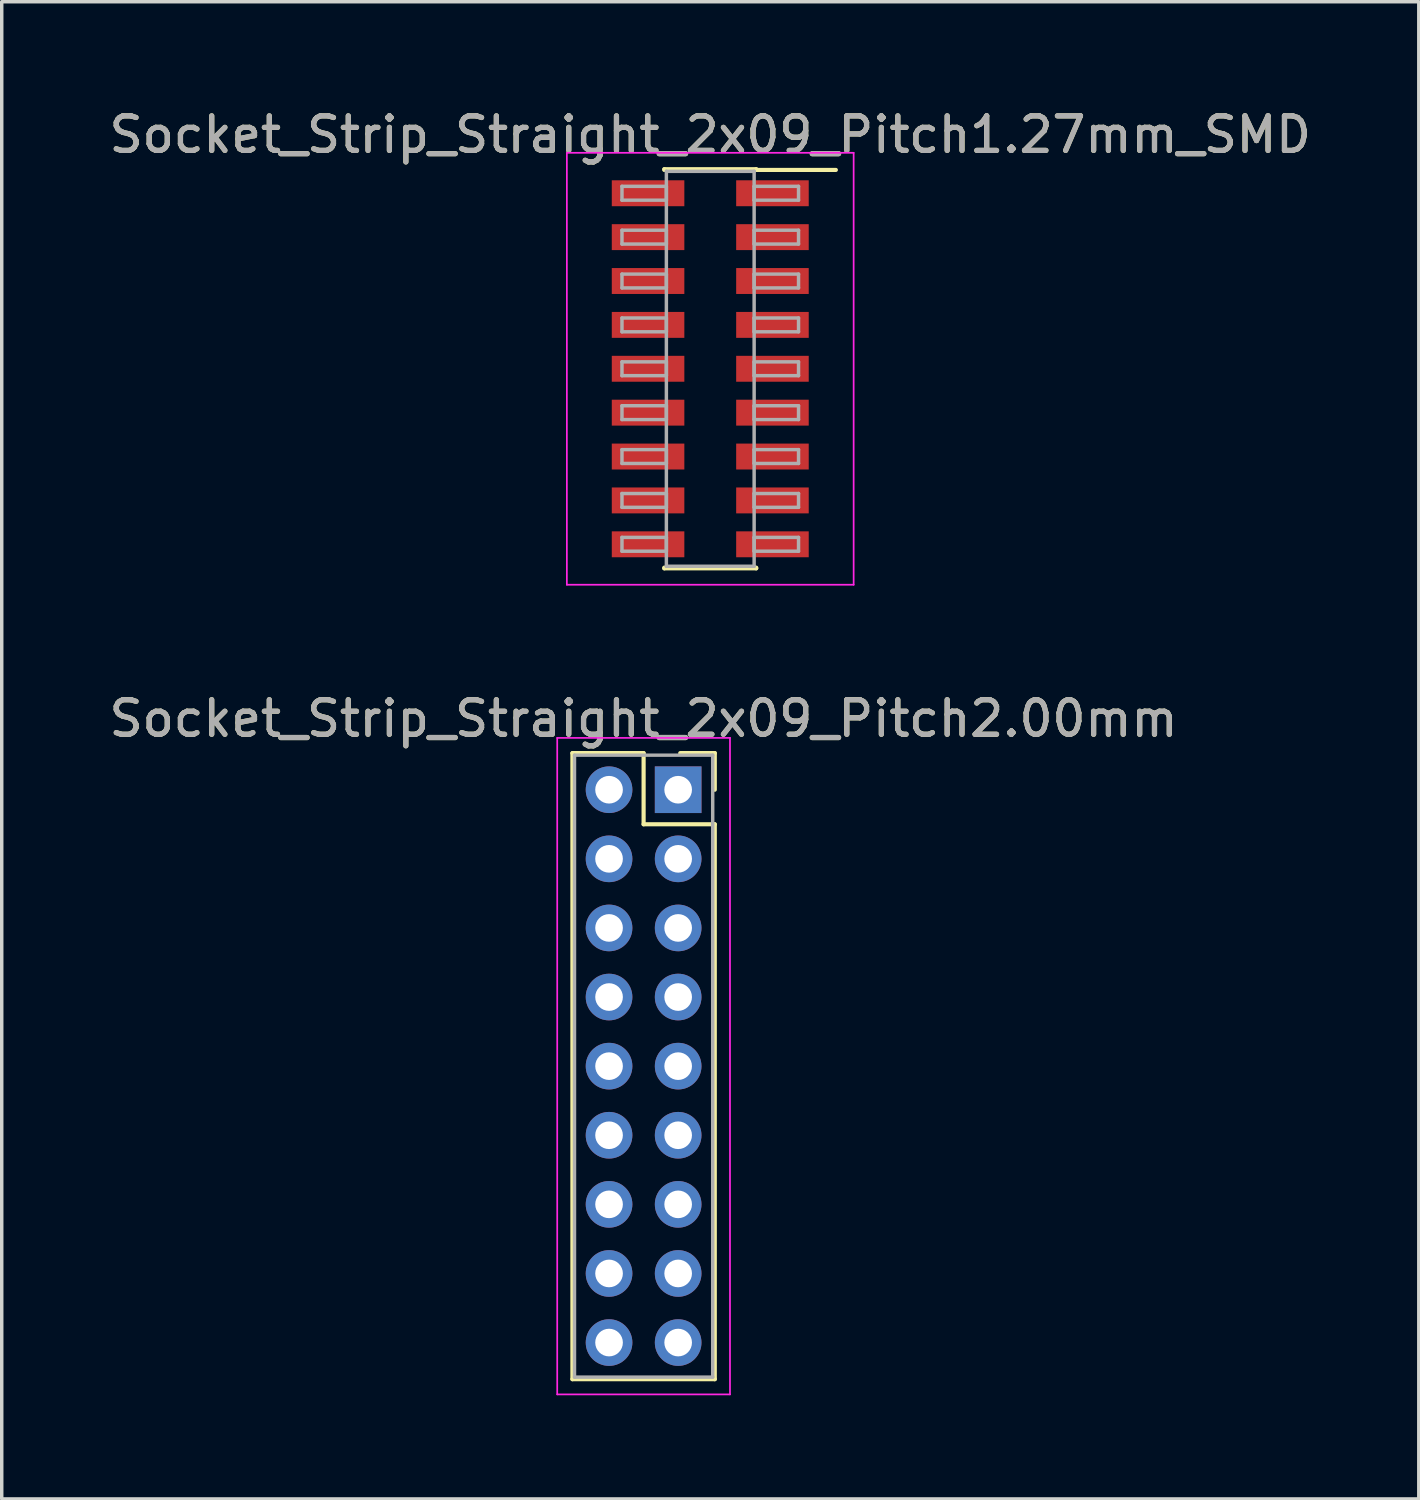
<source format=kicad_pcb>
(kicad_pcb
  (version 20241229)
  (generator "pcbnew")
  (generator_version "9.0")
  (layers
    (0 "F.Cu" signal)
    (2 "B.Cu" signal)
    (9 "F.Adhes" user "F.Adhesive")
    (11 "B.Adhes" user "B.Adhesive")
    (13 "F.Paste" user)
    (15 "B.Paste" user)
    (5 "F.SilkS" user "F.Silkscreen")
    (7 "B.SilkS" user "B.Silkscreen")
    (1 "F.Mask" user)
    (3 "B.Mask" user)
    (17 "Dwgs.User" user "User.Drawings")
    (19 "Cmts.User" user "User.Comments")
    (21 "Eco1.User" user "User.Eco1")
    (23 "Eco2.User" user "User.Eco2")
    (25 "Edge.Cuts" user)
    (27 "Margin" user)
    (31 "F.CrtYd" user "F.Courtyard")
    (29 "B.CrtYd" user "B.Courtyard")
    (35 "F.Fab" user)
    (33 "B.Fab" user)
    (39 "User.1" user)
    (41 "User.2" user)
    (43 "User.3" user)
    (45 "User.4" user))
  (footprint "Socket_Strip_Straight_2x09_Pitch2.00mm"
    (layer "F.Cu")
    (at 16.577 19.806)
    (property "Reference" "Socket_Strip_Straight_2x09_Pitch2.00mm" (at -1 -2.06 0) (layer "F.SilkS") (effects (font (size 1 1) (thickness 0.15))))
    (attr through_hole)
    (fp_line (start -3.06 -1.06) (end -1 -1.06) (stroke (width 0.12) (type solid)) (layer "F.SilkS"))
    (fp_line (start -3.06 17.06) (end -3.06 -1.06) (stroke (width 0.12) (type solid)) (layer "F.SilkS"))
    (fp_line (start -1 -1.06) (end -1 1) (stroke (width 0.12) (type solid)) (layer "F.SilkS"))
    (fp_line (start -1 1) (end 1.06 1) (stroke (width 0.12) (type solid)) (layer "F.SilkS"))
    (fp_line (start 1.06 -1.06) (end 0.06 -1.06) (stroke (width 0.12) (type solid)) (layer "F.SilkS"))
    (fp_line (start 1.06 0) (end 1.06 -1.06) (stroke (width 0.12) (type solid)) (layer "F.SilkS"))
    (fp_line (start 1.06 1) (end 1.06 17.06) (stroke (width 0.12) (type solid)) (layer "F.SilkS"))
    (fp_line (start 1.06 17.06) (end -3.06 17.06) (stroke (width 0.12) (type solid)) (layer "F.SilkS"))
    (fp_line (start -3.5 -1.5) (end -3.5 17.5) (stroke (width 0.05) (type solid)) (layer "F.CrtYd"))
    (fp_line (start -3.5 17.5) (end 1.5 17.5) (stroke (width 0.05) (type solid)) (layer "F.CrtYd"))
    (fp_line (start 1.5 -1.5) (end -3.5 -1.5) (stroke (width 0.05) (type solid)) (layer "F.CrtYd"))
    (fp_line (start 1.5 17.5) (end 1.5 -1.5) (stroke (width 0.05) (type solid)) (layer "F.CrtYd"))
    (fp_line (start -3 -1) (end -3 17) (stroke (width 0.1) (type solid)) (layer "F.Fab"))
    (fp_line (start -3 17) (end 1 17) (stroke (width 0.1) (type solid)) (layer "F.Fab"))
    (fp_line (start 1 -1) (end -3 -1) (stroke (width 0.1) (type solid)) (layer "F.Fab"))
    (fp_line (start 1 17) (end 1 -1) (stroke (width 0.1) (type solid)) (layer "F.Fab"))
    (fp_text user "${REFERENCE}" (at -1 -2.06 0) (layer "F.Fab") (effects (font (size 1 1) (thickness 0.15))))
    (pad "1" thru_hole rect (at 0 0) (size 1.35 1.35) (drill 0.8) (layers "*.Cu" "*.Mask"))
    (pad "2" thru_hole oval (at -2 0) (size 1.35 1.35) (drill 0.8) (layers "*.Cu" "*.Mask"))
    (pad "3" thru_hole oval (at 0 2) (size 1.35 1.35) (drill 0.8) (layers "*.Cu" "*.Mask"))
    (pad "4" thru_hole oval (at -2 2) (size 1.35 1.35) (drill 0.8) (layers "*.Cu" "*.Mask"))
    (pad "5" thru_hole oval (at 0 4) (size 1.35 1.35) (drill 0.8) (layers "*.Cu" "*.Mask"))
    (pad "6" thru_hole oval (at -2 4) (size 1.35 1.35) (drill 0.8) (layers "*.Cu" "*.Mask"))
    (pad "7" thru_hole oval (at 0 6) (size 1.35 1.35) (drill 0.8) (layers "*.Cu" "*.Mask"))
    (pad "8" thru_hole oval (at -2 6) (size 1.35 1.35) (drill 0.8) (layers "*.Cu" "*.Mask"))
    (pad "9" thru_hole oval (at 0 8) (size 1.35 1.35) (drill 0.8) (layers "*.Cu" "*.Mask"))
    (pad "10" thru_hole oval (at -2 8) (size 1.35 1.35) (drill 0.8) (layers "*.Cu" "*.Mask"))
    (pad "11" thru_hole oval (at 0 10) (size 1.35 1.35) (drill 0.8) (layers "*.Cu" "*.Mask"))
    (pad "12" thru_hole oval (at -2 10) (size 1.35 1.35) (drill 0.8) (layers "*.Cu" "*.Mask"))
    (pad "13" thru_hole oval (at 0 12) (size 1.35 1.35) (drill 0.8) (layers "*.Cu" "*.Mask"))
    (pad "14" thru_hole oval (at -2 12) (size 1.35 1.35) (drill 0.8) (layers "*.Cu" "*.Mask"))
    (pad "15" thru_hole oval (at 0 14) (size 1.35 1.35) (drill 0.8) (layers "*.Cu" "*.Mask"))
    (pad "16" thru_hole oval (at -2 14) (size 1.35 1.35) (drill 0.8) (layers "*.Cu" "*.Mask"))
    (pad "17" thru_hole oval (at 0 16) (size 1.35 1.35) (drill 0.8) (layers "*.Cu" "*.Mask"))
    (pad "18" thru_hole oval (at -2 16) (size 1.35 1.35) (drill 0.8) (layers "*.Cu" "*.Mask")))
  (footprint "Socket_Strip_Straight_2x09_Pitch1.27mm_SMD"
    (layer "F.Cu")
    (at 17.506 7.623)
    (property "Reference" "Socket_Strip_Straight_2x09_Pitch1.27mm_SMD" (at 0 -6.775 0) (layer "F.SilkS") (effects (font (size 1 1) (thickness 0.15))))
    (attr smd)
    (fp_line (start -1.33 -5.775) (end 1.33 -5.775) (stroke (width 0.12) (type solid)) (layer "F.SilkS"))
    (fp_line (start -1.33 -5.755) (end -1.33 -5.775) (stroke (width 0.12) (type solid)) (layer "F.SilkS"))
    (fp_line (start -1.33 5.755) (end -1.33 5.775) (stroke (width 0.12) (type solid)) (layer "F.SilkS"))
    (fp_line (start -1.33 5.775) (end 1.33 5.775) (stroke (width 0.12) (type solid)) (layer "F.SilkS"))
    (fp_line (start 1.33 -5.775) (end 1.33 -5.755) (stroke (width 0.12) (type solid)) (layer "F.SilkS"))
    (fp_line (start 1.33 5.775) (end 1.33 5.755) (stroke (width 0.12) (type solid)) (layer "F.SilkS"))
    (fp_line (start 3.635 -5.755) (end 1.33 -5.755) (stroke (width 0.12) (type solid)) (layer "F.SilkS"))
    (fp_line (start -4.15 -6.25) (end -4.15 6.25) (stroke (width 0.05) (type solid)) (layer "F.CrtYd"))
    (fp_line (start -4.15 6.25) (end 4.15 6.25) (stroke (width 0.05) (type solid)) (layer "F.CrtYd"))
    (fp_line (start 4.15 -6.25) (end -4.15 -6.25) (stroke (width 0.05) (type solid)) (layer "F.CrtYd"))
    (fp_line (start 4.15 6.25) (end 4.15 -6.25) (stroke (width 0.05) (type solid)) (layer "F.CrtYd"))
    (fp_line (start -2.555 -5.28) (end -1.27 -5.28) (stroke (width 0.1) (type solid)) (layer "F.Fab"))
    (fp_line (start -2.555 -4.88) (end -2.555 -5.28) (stroke (width 0.1) (type solid)) (layer "F.Fab"))
    (fp_line (start -2.555 -4.01) (end -1.27 -4.01) (stroke (width 0.1) (type solid)) (layer "F.Fab"))
    (fp_line (start -2.555 -3.61) (end -2.555 -4.01) (stroke (width 0.1) (type solid)) (layer "F.Fab"))
    (fp_line (start -2.555 -2.74) (end -1.27 -2.74) (stroke (width 0.1) (type solid)) (layer "F.Fab"))
    (fp_line (start -2.555 -2.34) (end -2.555 -2.74) (stroke (width 0.1) (type solid)) (layer "F.Fab"))
    (fp_line (start -2.555 -1.47) (end -1.27 -1.47) (stroke (width 0.1) (type solid)) (layer "F.Fab"))
    (fp_line (start -2.555 -1.07) (end -2.555 -1.47) (stroke (width 0.1) (type solid)) (layer "F.Fab"))
    (fp_line (start -2.555 -0.2) (end -1.27 -0.2) (stroke (width 0.1) (type solid)) (layer "F.Fab"))
    (fp_line (start -2.555 0.2) (end -2.555 -0.2) (stroke (width 0.1) (type solid)) (layer "F.Fab"))
    (fp_line (start -2.555 1.07) (end -1.27 1.07) (stroke (width 0.1) (type solid)) (layer "F.Fab"))
    (fp_line (start -2.555 1.47) (end -2.555 1.07) (stroke (width 0.1) (type solid)) (layer "F.Fab"))
    (fp_line (start -2.555 2.34) (end -1.27 2.34) (stroke (width 0.1) (type solid)) (layer "F.Fab"))
    (fp_line (start -2.555 2.74) (end -2.555 2.34) (stroke (width 0.1) (type solid)) (layer "F.Fab"))
    (fp_line (start -2.555 3.61) (end -1.27 3.61) (stroke (width 0.1) (type solid)) (layer "F.Fab"))
    (fp_line (start -2.555 4.01) (end -2.555 3.61) (stroke (width 0.1) (type solid)) (layer "F.Fab"))
    (fp_line (start -2.555 4.88) (end -1.27 4.88) (stroke (width 0.1) (type solid)) (layer "F.Fab"))
    (fp_line (start -2.555 5.28) (end -2.555 4.88) (stroke (width 0.1) (type solid)) (layer "F.Fab"))
    (fp_line (start -1.27 -5.715) (end -1.27 5.715) (stroke (width 0.1) (type solid)) (layer "F.Fab"))
    (fp_line (start -1.27 -5.28) (end -1.27 -4.88) (stroke (width 0.1) (type solid)) (layer "F.Fab"))
    (fp_line (start -1.27 -4.88) (end -2.555 -4.88) (stroke (width 0.1) (type solid)) (layer "F.Fab"))
    (fp_line (start -1.27 -4.01) (end -1.27 -3.61) (stroke (width 0.1) (type solid)) (layer "F.Fab"))
    (fp_line (start -1.27 -3.61) (end -2.555 -3.61) (stroke (width 0.1) (type solid)) (layer "F.Fab"))
    (fp_line (start -1.27 -2.74) (end -1.27 -2.34) (stroke (width 0.1) (type solid)) (layer "F.Fab"))
    (fp_line (start -1.27 -2.34) (end -2.555 -2.34) (stroke (width 0.1) (type solid)) (layer "F.Fab"))
    (fp_line (start -1.27 -1.47) (end -1.27 -1.07) (stroke (width 0.1) (type solid)) (layer "F.Fab"))
    (fp_line (start -1.27 -1.07) (end -2.555 -1.07) (stroke (width 0.1) (type solid)) (layer "F.Fab"))
    (fp_line (start -1.27 -0.2) (end -1.27 0.2) (stroke (width 0.1) (type solid)) (layer "F.Fab"))
    (fp_line (start -1.27 0.2) (end -2.555 0.2) (stroke (width 0.1) (type solid)) (layer "F.Fab"))
    (fp_line (start -1.27 1.07) (end -1.27 1.47) (stroke (width 0.1) (type solid)) (layer "F.Fab"))
    (fp_line (start -1.27 1.47) (end -2.555 1.47) (stroke (width 0.1) (type solid)) (layer "F.Fab"))
    (fp_line (start -1.27 2.34) (end -1.27 2.74) (stroke (width 0.1) (type solid)) (layer "F.Fab"))
    (fp_line (start -1.27 2.74) (end -2.555 2.74) (stroke (width 0.1) (type solid)) (layer "F.Fab"))
    (fp_line (start -1.27 3.61) (end -1.27 4.01) (stroke (width 0.1) (type solid)) (layer "F.Fab"))
    (fp_line (start -1.27 4.01) (end -2.555 4.01) (stroke (width 0.1) (type solid)) (layer "F.Fab"))
    (fp_line (start -1.27 4.88) (end -1.27 5.28) (stroke (width 0.1) (type solid)) (layer "F.Fab"))
    (fp_line (start -1.27 5.28) (end -2.555 5.28) (stroke (width 0.1) (type solid)) (layer "F.Fab"))
    (fp_line (start -1.27 5.715) (end 1.27 5.715) (stroke (width 0.1) (type solid)) (layer "F.Fab"))
    (fp_line (start 1.27 -5.715) (end -1.27 -5.715) (stroke (width 0.1) (type solid)) (layer "F.Fab"))
    (fp_line (start 1.27 -5.28) (end 1.27 -4.88) (stroke (width 0.1) (type solid)) (layer "F.Fab"))
    (fp_line (start 1.27 -4.88) (end 2.555 -4.88) (stroke (width 0.1) (type solid)) (layer "F.Fab"))
    (fp_line (start 1.27 -4.01) (end 1.27 -3.61) (stroke (width 0.1) (type solid)) (layer "F.Fab"))
    (fp_line (start 1.27 -3.61) (end 2.555 -3.61) (stroke (width 0.1) (type solid)) (layer "F.Fab"))
    (fp_line (start 1.27 -2.74) (end 1.27 -2.34) (stroke (width 0.1) (type solid)) (layer "F.Fab"))
    (fp_line (start 1.27 -2.34) (end 2.555 -2.34) (stroke (width 0.1) (type solid)) (layer "F.Fab"))
    (fp_line (start 1.27 -1.47) (end 1.27 -1.07) (stroke (width 0.1) (type solid)) (layer "F.Fab"))
    (fp_line (start 1.27 -1.07) (end 2.555 -1.07) (stroke (width 0.1) (type solid)) (layer "F.Fab"))
    (fp_line (start 1.27 -0.2) (end 1.27 0.2) (stroke (width 0.1) (type solid)) (layer "F.Fab"))
    (fp_line (start 1.27 0.2) (end 2.555 0.2) (stroke (width 0.1) (type solid)) (layer "F.Fab"))
    (fp_line (start 1.27 1.07) (end 1.27 1.47) (stroke (width 0.1) (type solid)) (layer "F.Fab"))
    (fp_line (start 1.27 1.47) (end 2.555 1.47) (stroke (width 0.1) (type solid)) (layer "F.Fab"))
    (fp_line (start 1.27 2.34) (end 1.27 2.74) (stroke (width 0.1) (type solid)) (layer "F.Fab"))
    (fp_line (start 1.27 2.74) (end 2.555 2.74) (stroke (width 0.1) (type solid)) (layer "F.Fab"))
    (fp_line (start 1.27 3.61) (end 1.27 4.01) (stroke (width 0.1) (type solid)) (layer "F.Fab"))
    (fp_line (start 1.27 4.01) (end 2.555 4.01) (stroke (width 0.1) (type solid)) (layer "F.Fab"))
    (fp_line (start 1.27 4.88) (end 1.27 5.28) (stroke (width 0.1) (type solid)) (layer "F.Fab"))
    (fp_line (start 1.27 5.28) (end 2.555 5.28) (stroke (width 0.1) (type solid)) (layer "F.Fab"))
    (fp_line (start 1.27 5.715) (end 1.27 -5.715) (stroke (width 0.1) (type solid)) (layer "F.Fab"))
    (fp_line (start 2.555 -5.28) (end 1.27 -5.28) (stroke (width 0.1) (type solid)) (layer "F.Fab"))
    (fp_line (start 2.555 -4.88) (end 2.555 -5.28) (stroke (width 0.1) (type solid)) (layer "F.Fab"))
    (fp_line (start 2.555 -4.01) (end 1.27 -4.01) (stroke (width 0.1) (type solid)) (layer "F.Fab"))
    (fp_line (start 2.555 -3.61) (end 2.555 -4.01) (stroke (width 0.1) (type solid)) (layer "F.Fab"))
    (fp_line (start 2.555 -2.74) (end 1.27 -2.74) (stroke (width 0.1) (type solid)) (layer "F.Fab"))
    (fp_line (start 2.555 -2.34) (end 2.555 -2.74) (stroke (width 0.1) (type solid)) (layer "F.Fab"))
    (fp_line (start 2.555 -1.47) (end 1.27 -1.47) (stroke (width 0.1) (type solid)) (layer "F.Fab"))
    (fp_line (start 2.555 -1.07) (end 2.555 -1.47) (stroke (width 0.1) (type solid)) (layer "F.Fab"))
    (fp_line (start 2.555 -0.2) (end 1.27 -0.2) (stroke (width 0.1) (type solid)) (layer "F.Fab"))
    (fp_line (start 2.555 0.2) (end 2.555 -0.2) (stroke (width 0.1) (type solid)) (layer "F.Fab"))
    (fp_line (start 2.555 1.07) (end 1.27 1.07) (stroke (width 0.1) (type solid)) (layer "F.Fab"))
    (fp_line (start 2.555 1.47) (end 2.555 1.07) (stroke (width 0.1) (type solid)) (layer "F.Fab"))
    (fp_line (start 2.555 2.34) (end 1.27 2.34) (stroke (width 0.1) (type solid)) (layer "F.Fab"))
    (fp_line (start 2.555 2.74) (end 2.555 2.34) (stroke (width 0.1) (type solid)) (layer "F.Fab"))
    (fp_line (start 2.555 3.61) (end 1.27 3.61) (stroke (width 0.1) (type solid)) (layer "F.Fab"))
    (fp_line (start 2.555 4.01) (end 2.555 3.61) (stroke (width 0.1) (type solid)) (layer "F.Fab"))
    (fp_line (start 2.555 4.88) (end 1.27 4.88) (stroke (width 0.1) (type solid)) (layer "F.Fab"))
    (fp_line (start 2.555 5.28) (end 2.555 4.88) (stroke (width 0.1) (type solid)) (layer "F.Fab"))
    (fp_text user "${REFERENCE}" (at 0 -6.775 0) (layer "F.Fab") (effects (font (size 1 1) (thickness 0.15))))
    (pad "1" smd rect (at 1.8 -5.08) (size 2.1 0.75) (layers "F.Cu" "F.Mask" "F.Paste"))
    (pad "2" smd rect (at -1.8 -5.08) (size 2.1 0.75) (layers "F.Cu" "F.Mask" "F.Paste"))
    (pad "3" smd rect (at 1.8 -3.81) (size 2.1 0.75) (layers "F.Cu" "F.Mask" "F.Paste"))
    (pad "4" smd rect (at -1.8 -3.81) (size 2.1 0.75) (layers "F.Cu" "F.Mask" "F.Paste"))
    (pad "5" smd rect (at 1.8 -2.54) (size 2.1 0.75) (layers "F.Cu" "F.Mask" "F.Paste"))
    (pad "6" smd rect (at -1.8 -2.54) (size 2.1 0.75) (layers "F.Cu" "F.Mask" "F.Paste"))
    (pad "7" smd rect (at 1.8 -1.27) (size 2.1 0.75) (layers "F.Cu" "F.Mask" "F.Paste"))
    (pad "8" smd rect (at -1.8 -1.27) (size 2.1 0.75) (layers "F.Cu" "F.Mask" "F.Paste"))
    (pad "9" smd rect (at 1.8 0) (size 2.1 0.75) (layers "F.Cu" "F.Mask" "F.Paste"))
    (pad "10" smd rect (at -1.8 0) (size 2.1 0.75) (layers "F.Cu" "F.Mask" "F.Paste"))
    (pad "11" smd rect (at 1.8 1.27) (size 2.1 0.75) (layers "F.Cu" "F.Mask" "F.Paste"))
    (pad "12" smd rect (at -1.8 1.27) (size 2.1 0.75) (layers "F.Cu" "F.Mask" "F.Paste"))
    (pad "13" smd rect (at 1.8 2.54) (size 2.1 0.75) (layers "F.Cu" "F.Mask" "F.Paste"))
    (pad "14" smd rect (at -1.8 2.54) (size 2.1 0.75) (layers "F.Cu" "F.Mask" "F.Paste"))
    (pad "15" smd rect (at 1.8 3.81) (size 2.1 0.75) (layers "F.Cu" "F.Mask" "F.Paste"))
    (pad "16" smd rect (at -1.8 3.81) (size 2.1 0.75) (layers "F.Cu" "F.Mask" "F.Paste"))
    (pad "17" smd rect (at 1.8 5.08) (size 2.1 0.75) (layers "F.Cu" "F.Mask" "F.Paste"))
    (pad "18" smd rect (at -1.8 5.08) (size 2.1 0.75) (layers "F.Cu" "F.Mask" "F.Paste")))
  (gr_rect
    (start -3 -3)
    (end 38.012 40.331)
    (stroke (width 0.1) (type default))
    (fill no)
    (layer "Edge.Cuts")))
</source>
